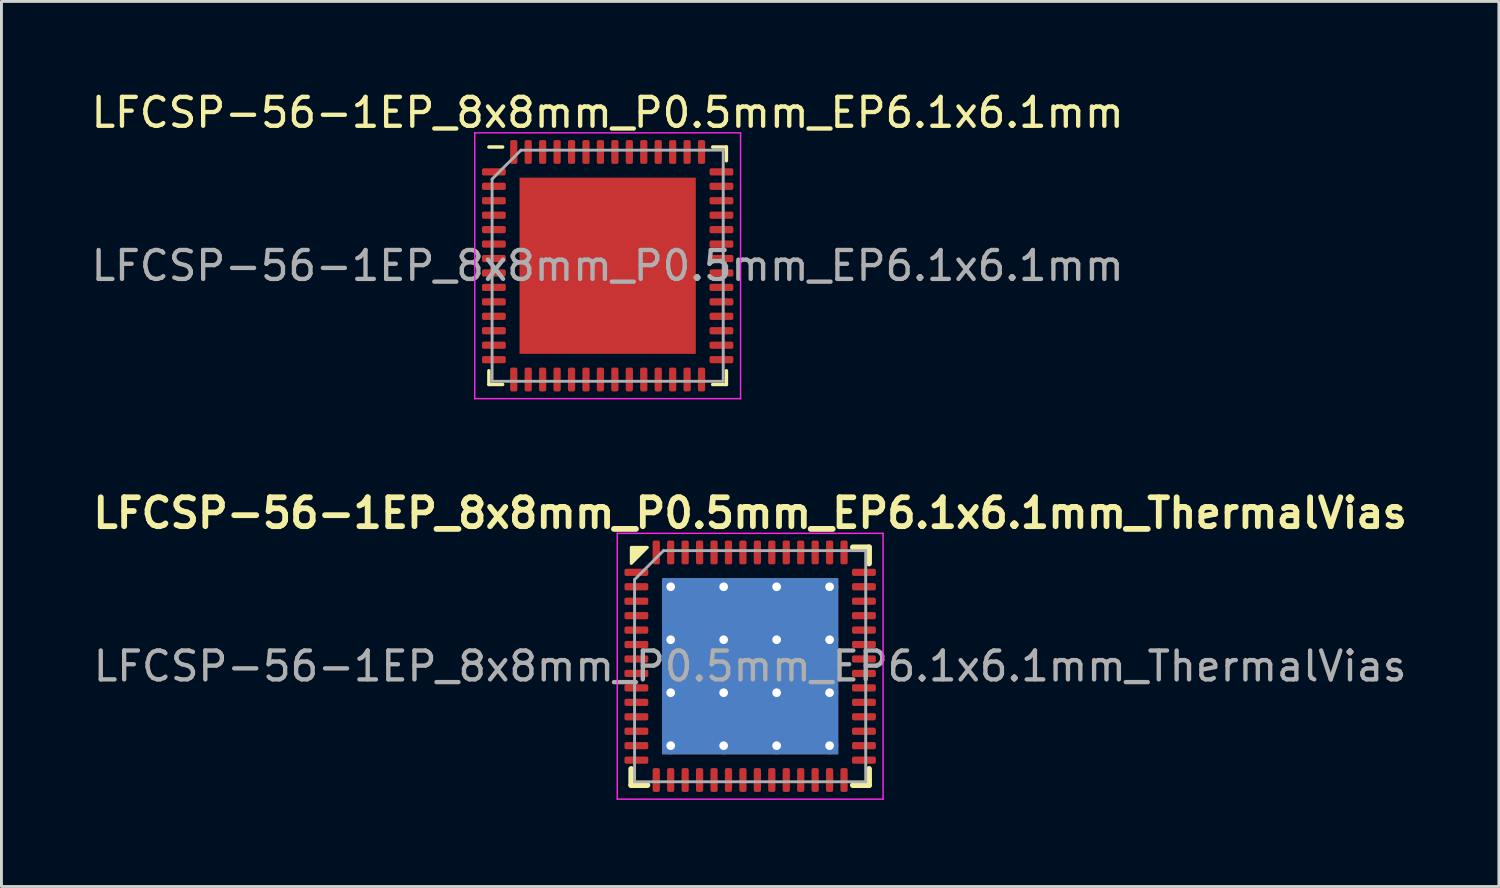
<source format=kicad_pcb>
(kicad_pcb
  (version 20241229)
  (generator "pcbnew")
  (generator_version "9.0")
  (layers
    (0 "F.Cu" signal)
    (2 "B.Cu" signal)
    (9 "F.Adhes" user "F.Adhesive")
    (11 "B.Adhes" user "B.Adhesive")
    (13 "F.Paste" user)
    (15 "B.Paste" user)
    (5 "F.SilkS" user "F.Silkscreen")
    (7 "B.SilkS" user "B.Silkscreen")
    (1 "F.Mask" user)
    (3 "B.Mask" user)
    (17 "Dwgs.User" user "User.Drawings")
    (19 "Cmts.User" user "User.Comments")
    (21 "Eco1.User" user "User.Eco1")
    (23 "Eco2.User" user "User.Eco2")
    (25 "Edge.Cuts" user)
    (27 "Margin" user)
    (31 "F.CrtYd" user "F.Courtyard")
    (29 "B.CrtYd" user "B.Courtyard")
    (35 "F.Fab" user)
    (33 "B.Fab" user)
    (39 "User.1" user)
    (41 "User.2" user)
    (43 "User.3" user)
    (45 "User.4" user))
  (footprint "LFCSP-56-1EP_8x8mm_P0.5mm_EP6.1x6.1mm_ThermalVias"
    (layer "F.Cu")
    (at 22.914 20.009)
    (property "Reference" "LFCSP-56-1EP_8x8mm_P0.5mm_EP6.1x6.1mm_ThermalVias" (at 0 -5.3 0) (layer "F.SilkS") (effects (font (size 1 1) (thickness 0.2))))
    (attr smd)
    (fp_line (start -4.115 4.115) (end -4.115 3.556) (stroke (width 0.2) (type solid)) (layer "F.SilkS"))
    (fp_line (start -3.556 4.115) (end -4.115 4.115) (stroke (width 0.2) (type solid)) (layer "F.SilkS"))
    (fp_line (start 4.115 -4.115) (end 3.556 -4.115) (stroke (width 0.2) (type solid)) (layer "F.SilkS"))
    (fp_line (start 4.115 -3.556) (end 4.115 -4.115) (stroke (width 0.2) (type solid)) (layer "F.SilkS"))
    (fp_line (start 4.115 3.556) (end 4.115 4.115) (stroke (width 0.2) (type solid)) (layer "F.SilkS"))
    (fp_line (start 4.115 4.115) (end 3.556 4.115) (stroke (width 0.2) (type solid)) (layer "F.SilkS"))
    (fp_poly (pts (xy -4.115 -3.556) (xy -4.115 -4.115) (xy -3.556 -4.115)) (stroke (width 0.1) (type solid)) (fill yes) (layer "F.SilkS"))
    (fp_line (start -4.6 -4.6) (end -4.6 4.6) (stroke (width 0.05) (type solid)) (layer "F.CrtYd"))
    (fp_line (start -4.6 4.6) (end 4.6 4.6) (stroke (width 0.05) (type solid)) (layer "F.CrtYd"))
    (fp_line (start 4.6 -4.6) (end -4.6 -4.6) (stroke (width 0.05) (type solid)) (layer "F.CrtYd"))
    (fp_line (start 4.6 4.6) (end 4.6 -4.6) (stroke (width 0.05) (type solid)) (layer "F.CrtYd"))
    (fp_line (start -4 -3) (end -3 -4) (stroke (width 0.1) (type solid)) (layer "F.Fab"))
    (fp_line (start -4 4) (end -4 -3) (stroke (width 0.1) (type solid)) (layer "F.Fab"))
    (fp_line (start -3 -4) (end 4 -4) (stroke (width 0.1) (type solid)) (layer "F.Fab"))
    (fp_line (start 4 -4) (end 4 4) (stroke (width 0.1) (type solid)) (layer "F.Fab"))
    (fp_line (start 4 4) (end -4 4) (stroke (width 0.1) (type solid)) (layer "F.Fab"))
    (fp_text user "${REFERENCE}" (at 0 0 0) (layer "F.Fab") (effects (font (size 1 1) (thickness 0.15))))
    (pad "" smd roundrect (at -1.525 -1.525) (size 2.64 2.64) (layers "F.Paste") (roundrect_rratio 0.095))
    (pad "" smd roundrect (at -1.525 1.525) (size 2.64 2.64) (layers "F.Paste") (roundrect_rratio 0.095))
    (pad "" smd roundrect (at 1.525 -1.525) (size 2.64 2.64) (layers "F.Paste") (roundrect_rratio 0.095))
    (pad "" smd roundrect (at 1.525 1.525) (size 2.64 2.64) (layers "F.Paste") (roundrect_rratio 0.095))
    (pad "1" smd roundrect (at -3.938 -3.25) (size 0.825 0.25) (layers "F.Cu" "F.Mask" "F.Paste") (roundrect_rratio 0.25))
    (pad "2" smd roundrect (at -3.938 -2.75) (size 0.825 0.25) (layers "F.Cu" "F.Mask" "F.Paste") (roundrect_rratio 0.25))
    (pad "3" smd roundrect (at -3.938 -2.25) (size 0.825 0.25) (layers "F.Cu" "F.Mask" "F.Paste") (roundrect_rratio 0.25))
    (pad "4" smd roundrect (at -3.938 -1.75) (size 0.825 0.25) (layers "F.Cu" "F.Mask" "F.Paste") (roundrect_rratio 0.25))
    (pad "5" smd roundrect (at -3.938 -1.25) (size 0.825 0.25) (layers "F.Cu" "F.Mask" "F.Paste") (roundrect_rratio 0.25))
    (pad "6" smd roundrect (at -3.938 -0.75) (size 0.825 0.25) (layers "F.Cu" "F.Mask" "F.Paste") (roundrect_rratio 0.25))
    (pad "7" smd roundrect (at -3.938 -0.25) (size 0.825 0.25) (layers "F.Cu" "F.Mask" "F.Paste") (roundrect_rratio 0.25))
    (pad "8" smd roundrect (at -3.938 0.25) (size 0.825 0.25) (layers "F.Cu" "F.Mask" "F.Paste") (roundrect_rratio 0.25))
    (pad "9" smd roundrect (at -3.938 0.75) (size 0.825 0.25) (layers "F.Cu" "F.Mask" "F.Paste") (roundrect_rratio 0.25))
    (pad "10" smd roundrect (at -3.938 1.25) (size 0.825 0.25) (layers "F.Cu" "F.Mask" "F.Paste") (roundrect_rratio 0.25))
    (pad "11" smd roundrect (at -3.938 1.75) (size 0.825 0.25) (layers "F.Cu" "F.Mask" "F.Paste") (roundrect_rratio 0.25))
    (pad "12" smd roundrect (at -3.938 2.25) (size 0.825 0.25) (layers "F.Cu" "F.Mask" "F.Paste") (roundrect_rratio 0.25))
    (pad "13" smd roundrect (at -3.938 2.75) (size 0.825 0.25) (layers "F.Cu" "F.Mask" "F.Paste") (roundrect_rratio 0.25))
    (pad "14" smd roundrect (at -3.938 3.25) (size 0.825 0.25) (layers "F.Cu" "F.Mask" "F.Paste") (roundrect_rratio 0.25))
    (pad "15" smd roundrect (at -3.25 3.938) (size 0.25 0.825) (layers "F.Cu" "F.Mask" "F.Paste") (roundrect_rratio 0.25))
    (pad "16" smd roundrect (at -2.75 3.938) (size 0.25 0.825) (layers "F.Cu" "F.Mask" "F.Paste") (roundrect_rratio 0.25))
    (pad "17" smd roundrect (at -2.25 3.938) (size 0.25 0.825) (layers "F.Cu" "F.Mask" "F.Paste") (roundrect_rratio 0.25))
    (pad "18" smd roundrect (at -1.75 3.938) (size 0.25 0.825) (layers "F.Cu" "F.Mask" "F.Paste") (roundrect_rratio 0.25))
    (pad "19" smd roundrect (at -1.25 3.938) (size 0.25 0.825) (layers "F.Cu" "F.Mask" "F.Paste") (roundrect_rratio 0.25))
    (pad "20" smd roundrect (at -0.75 3.938) (size 0.25 0.825) (layers "F.Cu" "F.Mask" "F.Paste") (roundrect_rratio 0.25))
    (pad "21" smd roundrect (at -0.25 3.938) (size 0.25 0.825) (layers "F.Cu" "F.Mask" "F.Paste") (roundrect_rratio 0.25))
    (pad "22" smd roundrect (at 0.25 3.938) (size 0.25 0.825) (layers "F.Cu" "F.Mask" "F.Paste") (roundrect_rratio 0.25))
    (pad "23" smd roundrect (at 0.75 3.938) (size 0.25 0.825) (layers "F.Cu" "F.Mask" "F.Paste") (roundrect_rratio 0.25))
    (pad "24" smd roundrect (at 1.25 3.938) (size 0.25 0.825) (layers "F.Cu" "F.Mask" "F.Paste") (roundrect_rratio 0.25))
    (pad "25" smd roundrect (at 1.75 3.938) (size 0.25 0.825) (layers "F.Cu" "F.Mask" "F.Paste") (roundrect_rratio 0.25))
    (pad "26" smd roundrect (at 2.25 3.938) (size 0.25 0.825) (layers "F.Cu" "F.Mask" "F.Paste") (roundrect_rratio 0.25))
    (pad "27" smd roundrect (at 2.75 3.938) (size 0.25 0.825) (layers "F.Cu" "F.Mask" "F.Paste") (roundrect_rratio 0.25))
    (pad "28" smd roundrect (at 3.25 3.938) (size 0.25 0.825) (layers "F.Cu" "F.Mask" "F.Paste") (roundrect_rratio 0.25))
    (pad "29" smd roundrect (at 3.938 3.25) (size 0.825 0.25) (layers "F.Cu" "F.Mask" "F.Paste") (roundrect_rratio 0.25))
    (pad "30" smd roundrect (at 3.938 2.75) (size 0.825 0.25) (layers "F.Cu" "F.Mask" "F.Paste") (roundrect_rratio 0.25))
    (pad "31" smd roundrect (at 3.938 2.25) (size 0.825 0.25) (layers "F.Cu" "F.Mask" "F.Paste") (roundrect_rratio 0.25))
    (pad "32" smd roundrect (at 3.938 1.75) (size 0.825 0.25) (layers "F.Cu" "F.Mask" "F.Paste") (roundrect_rratio 0.25))
    (pad "33" smd roundrect (at 3.938 1.25) (size 0.825 0.25) (layers "F.Cu" "F.Mask" "F.Paste") (roundrect_rratio 0.25))
    (pad "34" smd roundrect (at 3.938 0.75) (size 0.825 0.25) (layers "F.Cu" "F.Mask" "F.Paste") (roundrect_rratio 0.25))
    (pad "35" smd roundrect (at 3.938 0.25) (size 0.825 0.25) (layers "F.Cu" "F.Mask" "F.Paste") (roundrect_rratio 0.25))
    (pad "36" smd roundrect (at 3.938 -0.25) (size 0.825 0.25) (layers "F.Cu" "F.Mask" "F.Paste") (roundrect_rratio 0.25))
    (pad "37" smd roundrect (at 3.938 -0.75) (size 0.825 0.25) (layers "F.Cu" "F.Mask" "F.Paste") (roundrect_rratio 0.25))
    (pad "38" smd roundrect (at 3.938 -1.25) (size 0.825 0.25) (layers "F.Cu" "F.Mask" "F.Paste") (roundrect_rratio 0.25))
    (pad "39" smd roundrect (at 3.938 -1.75) (size 0.825 0.25) (layers "F.Cu" "F.Mask" "F.Paste") (roundrect_rratio 0.25))
    (pad "40" smd roundrect (at 3.938 -2.25) (size 0.825 0.25) (layers "F.Cu" "F.Mask" "F.Paste") (roundrect_rratio 0.25))
    (pad "41" smd roundrect (at 3.938 -2.75) (size 0.825 0.25) (layers "F.Cu" "F.Mask" "F.Paste") (roundrect_rratio 0.25))
    (pad "42" smd roundrect (at 3.938 -3.25) (size 0.825 0.25) (layers "F.Cu" "F.Mask" "F.Paste") (roundrect_rratio 0.25))
    (pad "43" smd roundrect (at 3.25 -3.938) (size 0.25 0.825) (layers "F.Cu" "F.Mask" "F.Paste") (roundrect_rratio 0.25))
    (pad "44" smd roundrect (at 2.75 -3.938) (size 0.25 0.825) (layers "F.Cu" "F.Mask" "F.Paste") (roundrect_rratio 0.25))
    (pad "45" smd roundrect (at 2.25 -3.938) (size 0.25 0.825) (layers "F.Cu" "F.Mask" "F.Paste") (roundrect_rratio 0.25))
    (pad "46" smd roundrect (at 1.75 -3.938) (size 0.25 0.825) (layers "F.Cu" "F.Mask" "F.Paste") (roundrect_rratio 0.25))
    (pad "47" smd roundrect (at 1.25 -3.938) (size 0.25 0.825) (layers "F.Cu" "F.Mask" "F.Paste") (roundrect_rratio 0.25))
    (pad "48" smd roundrect (at 0.75 -3.938) (size 0.25 0.825) (layers "F.Cu" "F.Mask" "F.Paste") (roundrect_rratio 0.25))
    (pad "49" smd roundrect (at 0.25 -3.938) (size 0.25 0.825) (layers "F.Cu" "F.Mask" "F.Paste") (roundrect_rratio 0.25))
    (pad "50" smd roundrect (at -0.25 -3.938) (size 0.25 0.825) (layers "F.Cu" "F.Mask" "F.Paste") (roundrect_rratio 0.25))
    (pad "51" smd roundrect (at -0.75 -3.938) (size 0.25 0.825) (layers "F.Cu" "F.Mask" "F.Paste") (roundrect_rratio 0.25))
    (pad "52" smd roundrect (at -1.25 -3.938) (size 0.25 0.825) (layers "F.Cu" "F.Mask" "F.Paste") (roundrect_rratio 0.25))
    (pad "53" smd roundrect (at -1.75 -3.938) (size 0.25 0.825) (layers "F.Cu" "F.Mask" "F.Paste") (roundrect_rratio 0.25))
    (pad "54" smd roundrect (at -2.25 -3.938) (size 0.25 0.825) (layers "F.Cu" "F.Mask" "F.Paste") (roundrect_rratio 0.25))
    (pad "55" smd roundrect (at -2.75 -3.938) (size 0.25 0.825) (layers "F.Cu" "F.Mask" "F.Paste") (roundrect_rratio 0.25))
    (pad "56" smd roundrect (at -3.25 -3.938) (size 0.25 0.825) (layers "F.Cu" "F.Mask" "F.Paste") (roundrect_rratio 0.25))
    (pad "57" thru_hole circle (at -2.75 -2.75) (size 0.6 0.6) (drill 0.3) (layers "*.Cu"))
    (pad "57" thru_hole circle (at -2.75 -0.917) (size 0.6 0.6) (drill 0.3) (layers "*.Cu"))
    (pad "57" thru_hole circle (at -2.75 0.917) (size 0.6 0.6) (drill 0.3) (layers "*.Cu"))
    (pad "57" thru_hole circle (at -2.75 2.75) (size 0.6 0.6) (drill 0.3) (layers "*.Cu"))
    (pad "57" thru_hole circle (at -0.917 -2.75) (size 0.6 0.6) (drill 0.3) (layers "*.Cu"))
    (pad "57" thru_hole circle (at -0.917 -0.917) (size 0.6 0.6) (drill 0.3) (layers "*.Cu"))
    (pad "57" thru_hole circle (at -0.917 0.917) (size 0.6 0.6) (drill 0.3) (layers "*.Cu"))
    (pad "57" thru_hole circle (at -0.917 2.75) (size 0.6 0.6) (drill 0.3) (layers "*.Cu"))
    (pad "57" smd rect (at 0 0) (size 6.1 6.1) (layers "F.Cu" "F.Mask"))
    (pad "57" smd rect (at 0 0) (size 6.1 6.1) (layers "B.Cu"))
    (pad "57" thru_hole circle (at 0.917 -2.75) (size 0.6 0.6) (drill 0.3) (layers "*.Cu"))
    (pad "57" thru_hole circle (at 0.917 -0.917) (size 0.6 0.6) (drill 0.3) (layers "*.Cu"))
    (pad "57" thru_hole circle (at 0.917 0.917) (size 0.6 0.6) (drill 0.3) (layers "*.Cu"))
    (pad "57" thru_hole circle (at 0.917 2.75) (size 0.6 0.6) (drill 0.3) (layers "*.Cu"))
    (pad "57" thru_hole circle (at 2.75 -2.75) (size 0.6 0.6) (drill 0.3) (layers "*.Cu"))
    (pad "57" thru_hole circle (at 2.75 -0.917) (size 0.6 0.6) (drill 0.3) (layers "*.Cu"))
    (pad "57" thru_hole circle (at 2.75 0.917) (size 0.6 0.6) (drill 0.3) (layers "*.Cu"))
    (pad "57" thru_hole circle (at 2.75 2.75) (size 0.6 0.6) (drill 0.3) (layers "*.Cu")))
  (footprint "LFCSP-56-1EP_8x8mm_P0.5mm_EP6.1x6.1mm"
    (layer "F.Cu")
    (at 17.982 6.148)
    (property "Reference" "LFCSP-56-1EP_8x8mm_P0.5mm_EP6.1x6.1mm" (at 0 -5.3 0) (layer "F.SilkS") (effects (font (size 1 1) (thickness 0.15))))
    (attr smd)
    (fp_line (start -4.11 4.11) (end -4.11 3.635) (stroke (width 0.12) (type solid)) (layer "F.SilkS"))
    (fp_line (start -3.635 -4.11) (end -4.11 -4.11) (stroke (width 0.12) (type solid)) (layer "F.SilkS"))
    (fp_line (start -3.635 4.11) (end -4.11 4.11) (stroke (width 0.12) (type solid)) (layer "F.SilkS"))
    (fp_line (start 3.635 -4.11) (end 4.11 -4.11) (stroke (width 0.12) (type solid)) (layer "F.SilkS"))
    (fp_line (start 3.635 4.11) (end 4.11 4.11) (stroke (width 0.12) (type solid)) (layer "F.SilkS"))
    (fp_line (start 4.11 -4.11) (end 4.11 -3.635) (stroke (width 0.12) (type solid)) (layer "F.SilkS"))
    (fp_line (start 4.11 4.11) (end 4.11 3.635) (stroke (width 0.12) (type solid)) (layer "F.SilkS"))
    (fp_line (start -4.6 -4.6) (end -4.6 4.6) (stroke (width 0.05) (type solid)) (layer "F.CrtYd"))
    (fp_line (start -4.6 4.6) (end 4.6 4.6) (stroke (width 0.05) (type solid)) (layer "F.CrtYd"))
    (fp_line (start 4.6 -4.6) (end -4.6 -4.6) (stroke (width 0.05) (type solid)) (layer "F.CrtYd"))
    (fp_line (start 4.6 4.6) (end 4.6 -4.6) (stroke (width 0.05) (type solid)) (layer "F.CrtYd"))
    (fp_line (start -4 -3) (end -3 -4) (stroke (width 0.1) (type solid)) (layer "F.Fab"))
    (fp_line (start -4 4) (end -4 -3) (stroke (width 0.1) (type solid)) (layer "F.Fab"))
    (fp_line (start -3 -4) (end 4 -4) (stroke (width 0.1) (type solid)) (layer "F.Fab"))
    (fp_line (start 4 -4) (end 4 4) (stroke (width 0.1) (type solid)) (layer "F.Fab"))
    (fp_line (start 4 4) (end -4 4) (stroke (width 0.1) (type solid)) (layer "F.Fab"))
    (fp_text user "${REFERENCE}" (at 0 0 0) (layer "F.Fab") (effects (font (size 1 1) (thickness 0.15))))
    (pad "" smd roundrect (at -1.525 -1.525) (size 2.46 2.46) (layers "F.Paste") (roundrect_rratio 0.102))
    (pad "" smd roundrect (at -1.525 1.525) (size 2.46 2.46) (layers "F.Paste") (roundrect_rratio 0.102))
    (pad "" smd roundrect (at 1.525 -1.525) (size 2.46 2.46) (layers "F.Paste") (roundrect_rratio 0.102))
    (pad "" smd roundrect (at 1.525 1.525) (size 2.46 2.46) (layers "F.Paste") (roundrect_rratio 0.102))
    (pad "1" smd roundrect (at -3.938 -3.25) (size 0.825 0.25) (layers "F.Cu" "F.Mask" "F.Paste") (roundrect_rratio 0.25))
    (pad "2" smd roundrect (at -3.938 -2.75) (size 0.825 0.25) (layers "F.Cu" "F.Mask" "F.Paste") (roundrect_rratio 0.25))
    (pad "3" smd roundrect (at -3.938 -2.25) (size 0.825 0.25) (layers "F.Cu" "F.Mask" "F.Paste") (roundrect_rratio 0.25))
    (pad "4" smd roundrect (at -3.938 -1.75) (size 0.825 0.25) (layers "F.Cu" "F.Mask" "F.Paste") (roundrect_rratio 0.25))
    (pad "5" smd roundrect (at -3.938 -1.25) (size 0.825 0.25) (layers "F.Cu" "F.Mask" "F.Paste") (roundrect_rratio 0.25))
    (pad "6" smd roundrect (at -3.938 -0.75) (size 0.825 0.25) (layers "F.Cu" "F.Mask" "F.Paste") (roundrect_rratio 0.25))
    (pad "7" smd roundrect (at -3.938 -0.25) (size 0.825 0.25) (layers "F.Cu" "F.Mask" "F.Paste") (roundrect_rratio 0.25))
    (pad "8" smd roundrect (at -3.938 0.25) (size 0.825 0.25) (layers "F.Cu" "F.Mask" "F.Paste") (roundrect_rratio 0.25))
    (pad "9" smd roundrect (at -3.938 0.75) (size 0.825 0.25) (layers "F.Cu" "F.Mask" "F.Paste") (roundrect_rratio 0.25))
    (pad "10" smd roundrect (at -3.938 1.25) (size 0.825 0.25) (layers "F.Cu" "F.Mask" "F.Paste") (roundrect_rratio 0.25))
    (pad "11" smd roundrect (at -3.938 1.75) (size 0.825 0.25) (layers "F.Cu" "F.Mask" "F.Paste") (roundrect_rratio 0.25))
    (pad "12" smd roundrect (at -3.938 2.25) (size 0.825 0.25) (layers "F.Cu" "F.Mask" "F.Paste") (roundrect_rratio 0.25))
    (pad "13" smd roundrect (at -3.938 2.75) (size 0.825 0.25) (layers "F.Cu" "F.Mask" "F.Paste") (roundrect_rratio 0.25))
    (pad "14" smd roundrect (at -3.938 3.25) (size 0.825 0.25) (layers "F.Cu" "F.Mask" "F.Paste") (roundrect_rratio 0.25))
    (pad "15" smd roundrect (at -3.25 3.938) (size 0.25 0.825) (layers "F.Cu" "F.Mask" "F.Paste") (roundrect_rratio 0.25))
    (pad "16" smd roundrect (at -2.75 3.938) (size 0.25 0.825) (layers "F.Cu" "F.Mask" "F.Paste") (roundrect_rratio 0.25))
    (pad "17" smd roundrect (at -2.25 3.938) (size 0.25 0.825) (layers "F.Cu" "F.Mask" "F.Paste") (roundrect_rratio 0.25))
    (pad "18" smd roundrect (at -1.75 3.938) (size 0.25 0.825) (layers "F.Cu" "F.Mask" "F.Paste") (roundrect_rratio 0.25))
    (pad "19" smd roundrect (at -1.25 3.938) (size 0.25 0.825) (layers "F.Cu" "F.Mask" "F.Paste") (roundrect_rratio 0.25))
    (pad "20" smd roundrect (at -0.75 3.938) (size 0.25 0.825) (layers "F.Cu" "F.Mask" "F.Paste") (roundrect_rratio 0.25))
    (pad "21" smd roundrect (at -0.25 3.938) (size 0.25 0.825) (layers "F.Cu" "F.Mask" "F.Paste") (roundrect_rratio 0.25))
    (pad "22" smd roundrect (at 0.25 3.938) (size 0.25 0.825) (layers "F.Cu" "F.Mask" "F.Paste") (roundrect_rratio 0.25))
    (pad "23" smd roundrect (at 0.75 3.938) (size 0.25 0.825) (layers "F.Cu" "F.Mask" "F.Paste") (roundrect_rratio 0.25))
    (pad "24" smd roundrect (at 1.25 3.938) (size 0.25 0.825) (layers "F.Cu" "F.Mask" "F.Paste") (roundrect_rratio 0.25))
    (pad "25" smd roundrect (at 1.75 3.938) (size 0.25 0.825) (layers "F.Cu" "F.Mask" "F.Paste") (roundrect_rratio 0.25))
    (pad "26" smd roundrect (at 2.25 3.938) (size 0.25 0.825) (layers "F.Cu" "F.Mask" "F.Paste") (roundrect_rratio 0.25))
    (pad "27" smd roundrect (at 2.75 3.938) (size 0.25 0.825) (layers "F.Cu" "F.Mask" "F.Paste") (roundrect_rratio 0.25))
    (pad "28" smd roundrect (at 3.25 3.938) (size 0.25 0.825) (layers "F.Cu" "F.Mask" "F.Paste") (roundrect_rratio 0.25))
    (pad "29" smd roundrect (at 3.938 3.25) (size 0.825 0.25) (layers "F.Cu" "F.Mask" "F.Paste") (roundrect_rratio 0.25))
    (pad "30" smd roundrect (at 3.938 2.75) (size 0.825 0.25) (layers "F.Cu" "F.Mask" "F.Paste") (roundrect_rratio 0.25))
    (pad "31" smd roundrect (at 3.938 2.25) (size 0.825 0.25) (layers "F.Cu" "F.Mask" "F.Paste") (roundrect_rratio 0.25))
    (pad "32" smd roundrect (at 3.938 1.75) (size 0.825 0.25) (layers "F.Cu" "F.Mask" "F.Paste") (roundrect_rratio 0.25))
    (pad "33" smd roundrect (at 3.938 1.25) (size 0.825 0.25) (layers "F.Cu" "F.Mask" "F.Paste") (roundrect_rratio 0.25))
    (pad "34" smd roundrect (at 3.938 0.75) (size 0.825 0.25) (layers "F.Cu" "F.Mask" "F.Paste") (roundrect_rratio 0.25))
    (pad "35" smd roundrect (at 3.938 0.25) (size 0.825 0.25) (layers "F.Cu" "F.Mask" "F.Paste") (roundrect_rratio 0.25))
    (pad "36" smd roundrect (at 3.938 -0.25) (size 0.825 0.25) (layers "F.Cu" "F.Mask" "F.Paste") (roundrect_rratio 0.25))
    (pad "37" smd roundrect (at 3.938 -0.75) (size 0.825 0.25) (layers "F.Cu" "F.Mask" "F.Paste") (roundrect_rratio 0.25))
    (pad "38" smd roundrect (at 3.938 -1.25) (size 0.825 0.25) (layers "F.Cu" "F.Mask" "F.Paste") (roundrect_rratio 0.25))
    (pad "39" smd roundrect (at 3.938 -1.75) (size 0.825 0.25) (layers "F.Cu" "F.Mask" "F.Paste") (roundrect_rratio 0.25))
    (pad "40" smd roundrect (at 3.938 -2.25) (size 0.825 0.25) (layers "F.Cu" "F.Mask" "F.Paste") (roundrect_rratio 0.25))
    (pad "41" smd roundrect (at 3.938 -2.75) (size 0.825 0.25) (layers "F.Cu" "F.Mask" "F.Paste") (roundrect_rratio 0.25))
    (pad "42" smd roundrect (at 3.938 -3.25) (size 0.825 0.25) (layers "F.Cu" "F.Mask" "F.Paste") (roundrect_rratio 0.25))
    (pad "43" smd roundrect (at 3.25 -3.938) (size 0.25 0.825) (layers "F.Cu" "F.Mask" "F.Paste") (roundrect_rratio 0.25))
    (pad "44" smd roundrect (at 2.75 -3.938) (size 0.25 0.825) (layers "F.Cu" "F.Mask" "F.Paste") (roundrect_rratio 0.25))
    (pad "45" smd roundrect (at 2.25 -3.938) (size 0.25 0.825) (layers "F.Cu" "F.Mask" "F.Paste") (roundrect_rratio 0.25))
    (pad "46" smd roundrect (at 1.75 -3.938) (size 0.25 0.825) (layers "F.Cu" "F.Mask" "F.Paste") (roundrect_rratio 0.25))
    (pad "47" smd roundrect (at 1.25 -3.938) (size 0.25 0.825) (layers "F.Cu" "F.Mask" "F.Paste") (roundrect_rratio 0.25))
    (pad "48" smd roundrect (at 0.75 -3.938) (size 0.25 0.825) (layers "F.Cu" "F.Mask" "F.Paste") (roundrect_rratio 0.25))
    (pad "49" smd roundrect (at 0.25 -3.938) (size 0.25 0.825) (layers "F.Cu" "F.Mask" "F.Paste") (roundrect_rratio 0.25))
    (pad "50" smd roundrect (at -0.25 -3.938) (size 0.25 0.825) (layers "F.Cu" "F.Mask" "F.Paste") (roundrect_rratio 0.25))
    (pad "51" smd roundrect (at -0.75 -3.938) (size 0.25 0.825) (layers "F.Cu" "F.Mask" "F.Paste") (roundrect_rratio 0.25))
    (pad "52" smd roundrect (at -1.25 -3.938) (size 0.25 0.825) (layers "F.Cu" "F.Mask" "F.Paste") (roundrect_rratio 0.25))
    (pad "53" smd roundrect (at -1.75 -3.938) (size 0.25 0.825) (layers "F.Cu" "F.Mask" "F.Paste") (roundrect_rratio 0.25))
    (pad "54" smd roundrect (at -2.25 -3.938) (size 0.25 0.825) (layers "F.Cu" "F.Mask" "F.Paste") (roundrect_rratio 0.25))
    (pad "55" smd roundrect (at -2.75 -3.938) (size 0.25 0.825) (layers "F.Cu" "F.Mask" "F.Paste") (roundrect_rratio 0.25))
    (pad "56" smd roundrect (at -3.25 -3.938) (size 0.25 0.825) (layers "F.Cu" "F.Mask" "F.Paste") (roundrect_rratio 0.25))
    (pad "57" smd rect (at 0 0) (size 6.1 6.1) (layers "F.Cu" "F.Mask")))
  (gr_rect
    (start -3 -3)
    (end 48.829 27.634)
    (stroke (width 0.1) (type default))
    (fill no)
    (layer "Edge.Cuts")))
</source>
